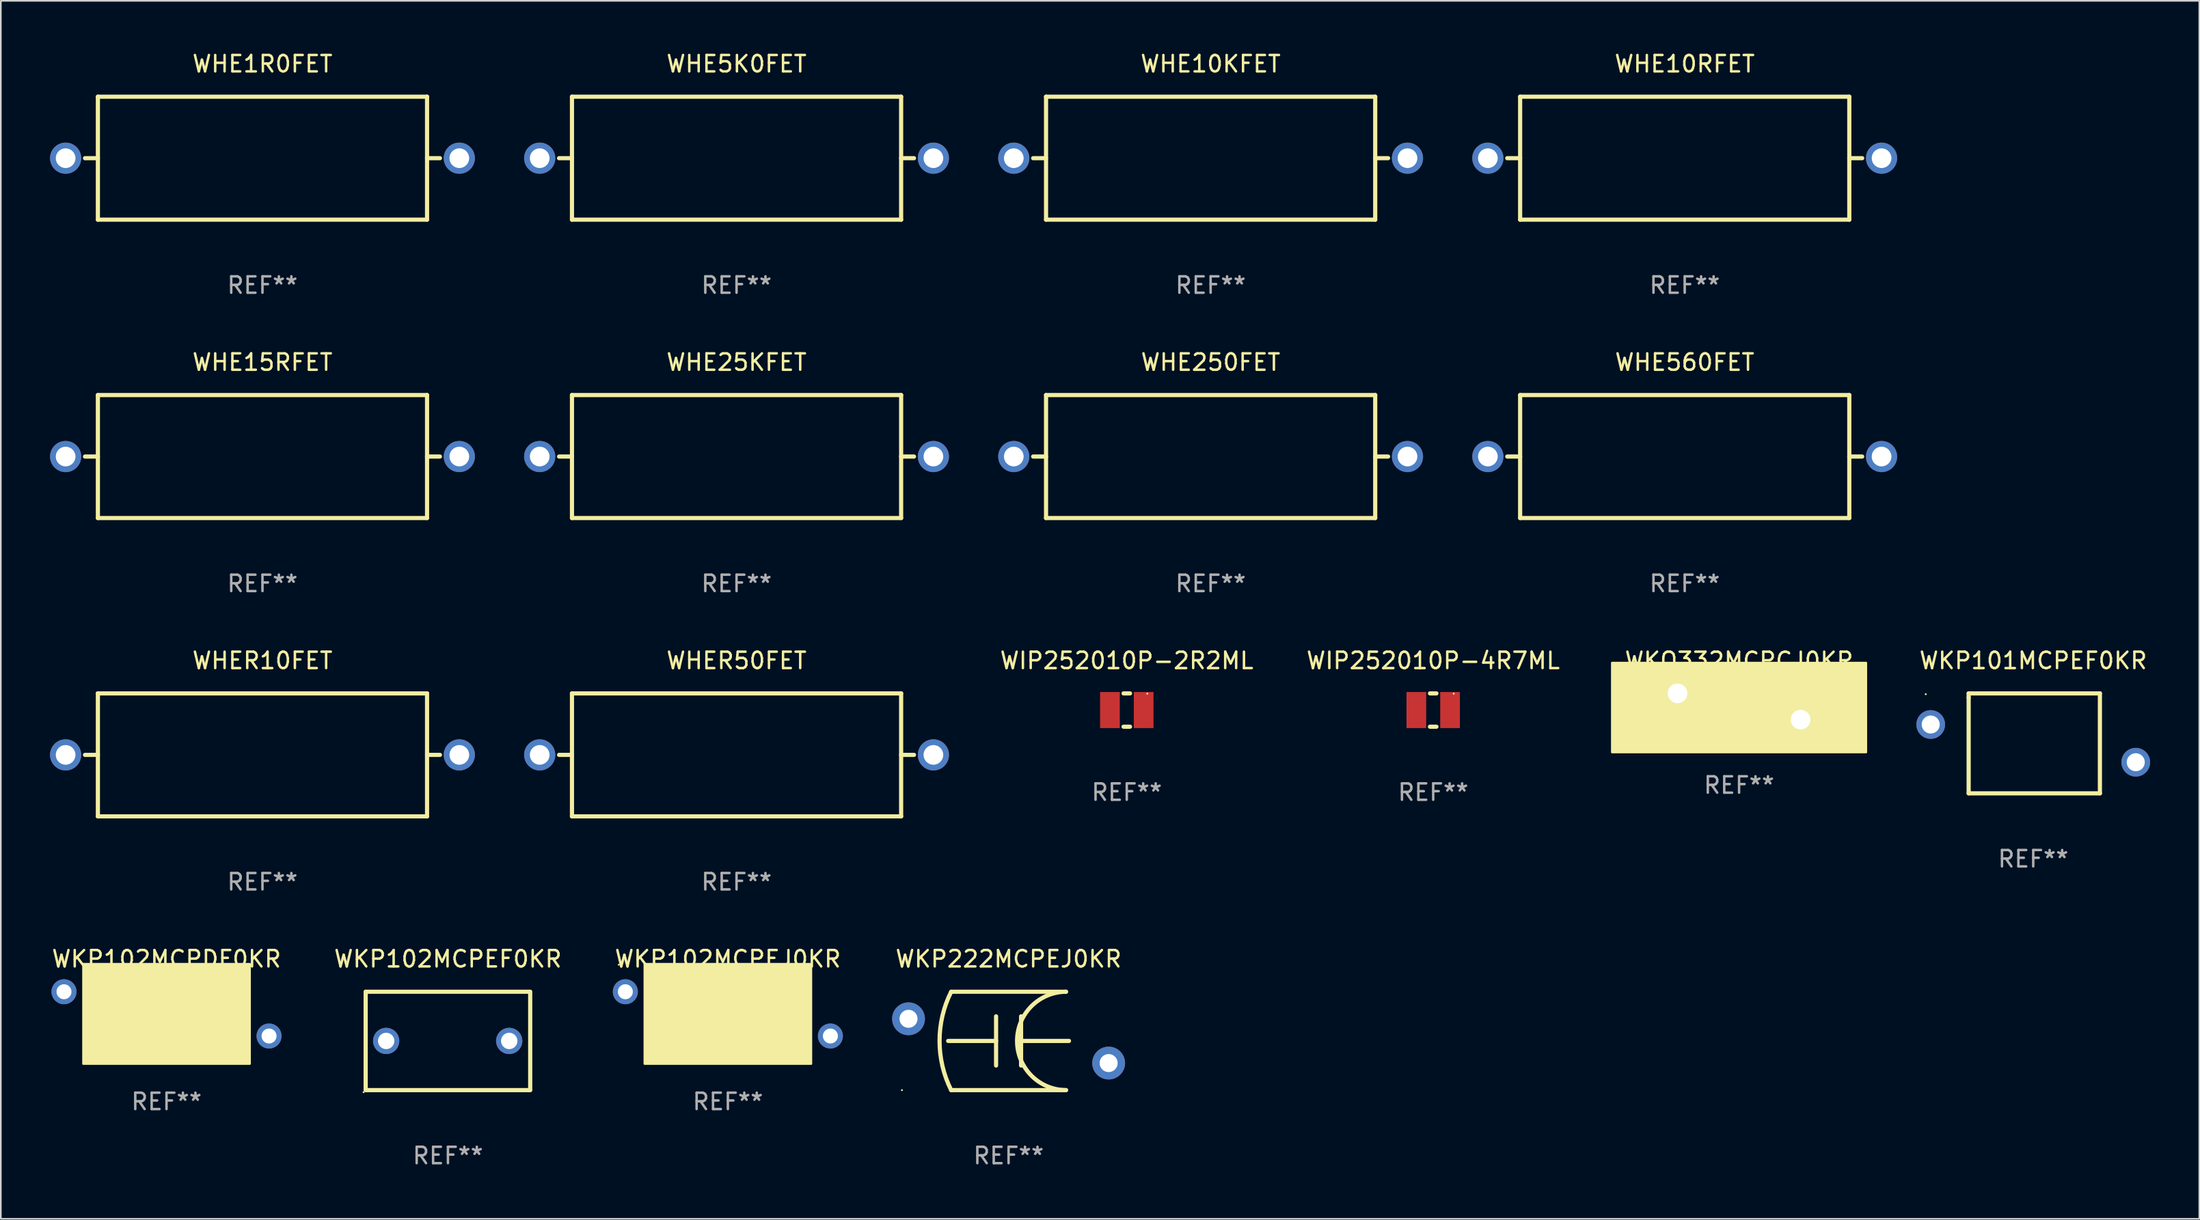
<source format=kicad_pcb>
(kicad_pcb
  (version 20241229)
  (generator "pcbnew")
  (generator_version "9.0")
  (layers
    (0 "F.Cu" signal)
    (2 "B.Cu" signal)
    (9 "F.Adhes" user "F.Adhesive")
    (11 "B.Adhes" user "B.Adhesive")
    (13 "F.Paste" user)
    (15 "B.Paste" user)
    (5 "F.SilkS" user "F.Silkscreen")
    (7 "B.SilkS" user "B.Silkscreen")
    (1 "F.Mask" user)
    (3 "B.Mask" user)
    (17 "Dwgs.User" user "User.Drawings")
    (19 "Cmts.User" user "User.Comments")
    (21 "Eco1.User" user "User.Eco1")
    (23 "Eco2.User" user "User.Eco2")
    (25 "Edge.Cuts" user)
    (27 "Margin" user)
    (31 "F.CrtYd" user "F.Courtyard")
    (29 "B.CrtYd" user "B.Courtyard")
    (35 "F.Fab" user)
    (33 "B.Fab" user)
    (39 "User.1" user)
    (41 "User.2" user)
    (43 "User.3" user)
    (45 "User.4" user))
  (footprint "WHE250FET"
    (layer "F.Cu")
    (at 70.75 24.795)
    (property "Reference" "WHE250FET" (at 0 -5.75 0) (layer "F.SilkS") (effects (font (size 1 1) (thickness 0.15))))
    (attr through_hole)
    (fp_line (start -10.819 0) (end -10.033 0) (stroke (width 0.254) (type solid)) (layer "F.SilkS"))
    (fp_line (start -10.033 -3.75) (end -10.033 3.75) (stroke (width 0.254) (type solid)) (layer "F.SilkS"))
    (fp_line (start -10.033 -3.75) (end 10.033 -3.75) (stroke (width 0.254) (type solid)) (layer "F.SilkS"))
    (fp_line (start -10.033 3.75) (end 10.033 3.75) (stroke (width 0.254) (type solid)) (layer "F.SilkS"))
    (fp_line (start 10.033 -3.75) (end 10.033 3.75) (stroke (width 0.254) (type solid)) (layer "F.SilkS"))
    (fp_line (start 10.819 0) (end 10.033 0) (stroke (width 0.254) (type solid)) (layer "F.SilkS"))
    (fp_text user "REF**" (at 0 7.75 0) (layer "F.Fab") (effects (font (size 1 1) (thickness 0.15))))
    (pad "1" thru_hole circle (at -12 0) (size 1.9 1.9) (drill 1.2) (layers "*.Cu" "*.Mask"))
    (pad "2" thru_hole circle (at 12 0) (size 1.9 1.9) (drill 1.2) (layers "*.Cu" "*.Mask")))
  (footprint "WKP102MCPEJ0KR"
    (layer "F.Cu")
    (at 41.321 58.788)
    (property "Reference" "WKP102MCPEJ0KR" (at 0 -3.35 0) (layer "F.SilkS") (effects (font (size 1 1) (thickness 0.15))))
    (attr through_hole)
    (fp_circle (center -6.65 -3) (end -6.62 -3) (stroke (width 0.06) (type solid)) (fill no) (layer "F.SilkS"))
    (fp_poly (pts (xy -5.08 -3.048) (xy 5.08 -3.048) (xy 5.08 3.048) (xy -5.08 3.048)) (stroke (width 0.12) (type solid)) (fill yes) (layer "F.SilkS"))
    (fp_text user "REF**" (at 0 5.35 0) (layer "F.Fab") (effects (font (size 1 1) (thickness 0.15))))
    (pad "1" thru_hole circle (at -6.25 -1.35) (size 1.524 1.524) (drill 0.914) (layers "*.Cu" "*.Mask"))
    (pad "2" thru_hole circle (at 6.25 1.35) (size 1.524 1.524) (drill 0.914) (layers "*.Cu" "*.Mask")))
  (footprint "WHE10KFET"
    (layer "F.Cu")
    (at 70.75 6.598)
    (property "Reference" "WHE10KFET" (at 0 -5.75 0) (layer "F.SilkS") (effects (font (size 1 1) (thickness 0.15))))
    (attr through_hole)
    (fp_line (start -10.819 0) (end -10.033 0) (stroke (width 0.254) (type solid)) (layer "F.SilkS"))
    (fp_line (start -10.033 -3.75) (end -10.033 3.75) (stroke (width 0.254) (type solid)) (layer "F.SilkS"))
    (fp_line (start -10.033 -3.75) (end 10.033 -3.75) (stroke (width 0.254) (type solid)) (layer "F.SilkS"))
    (fp_line (start -10.033 3.75) (end 10.033 3.75) (stroke (width 0.254) (type solid)) (layer "F.SilkS"))
    (fp_line (start 10.033 -3.75) (end 10.033 3.75) (stroke (width 0.254) (type solid)) (layer "F.SilkS"))
    (fp_line (start 10.819 0) (end 10.033 0) (stroke (width 0.254) (type solid)) (layer "F.SilkS"))
    (fp_text user "REF**" (at 0 7.75 0) (layer "F.Fab") (effects (font (size 1 1) (thickness 0.15))))
    (pad "1" thru_hole circle (at -12 0) (size 1.9 1.9) (drill 1.2) (layers "*.Cu" "*.Mask"))
    (pad "2" thru_hole circle (at 12 0) (size 1.9 1.9) (drill 1.2) (layers "*.Cu" "*.Mask")))
  (footprint "WKP222MCPEJ0KR"
    (layer "F.Cu")
    (at 58.433 60.438)
    (property "Reference" "WKP222MCPEJ0KR" (at 0 -5 0) (layer "F.SilkS") (effects (font (size 1 1) (thickness 0.15))))
    (attr through_hole)
    (fp_line (start -3.5 -3) (end 3.5 -3) (stroke (width 0.254) (type solid)) (layer "F.SilkS"))
    (fp_line (start -0.762 0) (end -3.683 0) (stroke (width 0.254) (type solid)) (layer "F.SilkS"))
    (fp_line (start -0.762 -1.5) (end -0.762 1.5) (stroke (width 0.254) (type solid)) (layer "F.SilkS"))
    (fp_line (start 0.762 1.5) (end 0.762 -1.5) (stroke (width 0.254) (type solid)) (layer "F.SilkS"))
    (fp_line (start 0.762 0) (end 3.683 0) (stroke (width 0.254) (type solid)) (layer "F.SilkS"))
    (fp_line (start 3.5 3) (end -3.5 3) (stroke (width 0.254) (type solid)) (layer "F.SilkS"))
    (fp_arc (start -3.500127 2.999746) (mid -4.208258 -0.000142) (end -3.5 -3) (stroke (width 0.254001) (type solid)) (layer "F.SilkS"))
    (fp_arc (start 3.5 3) (mid 0.500254 0.000063) (end 3.500127 -2.999746) (stroke (width 0.254001) (type solid)) (layer "F.SilkS"))
    (fp_circle (center -6.5 3) (end -6.47 3) (stroke (width 0.06) (type solid)) (fill no) (layer "F.SilkS"))
    (fp_text user "REF**" (at 0 7 0) (layer "F.Fab") (effects (font (size 1 1) (thickness 0.15))))
    (pad "1" thru_hole circle (at -6.1 -1.35) (size 2 2) (drill 1.1) (layers "*.Cu" "*.Mask"))
    (pad "2" thru_hole circle (at 6.1 1.35) (size 2 2) (drill 1.1) (layers "*.Cu" "*.Mask")))
  (footprint "WHE10RFET"
    (layer "F.Cu")
    (at 99.65 6.598)
    (property "Reference" "WHE10RFET" (at 0 -5.75 0) (layer "F.SilkS") (effects (font (size 1 1) (thickness 0.15))))
    (attr through_hole)
    (fp_line (start -10.819 0) (end -10.033 0) (stroke (width 0.254) (type solid)) (layer "F.SilkS"))
    (fp_line (start -10.033 -3.75) (end -10.033 3.75) (stroke (width 0.254) (type solid)) (layer "F.SilkS"))
    (fp_line (start -10.033 -3.75) (end 10.033 -3.75) (stroke (width 0.254) (type solid)) (layer "F.SilkS"))
    (fp_line (start -10.033 3.75) (end 10.033 3.75) (stroke (width 0.254) (type solid)) (layer "F.SilkS"))
    (fp_line (start 10.033 -3.75) (end 10.033 3.75) (stroke (width 0.254) (type solid)) (layer "F.SilkS"))
    (fp_line (start 10.819 0) (end 10.033 0) (stroke (width 0.254) (type solid)) (layer "F.SilkS"))
    (fp_text user "REF**" (at 0 7.75 0) (layer "F.Fab") (effects (font (size 1 1) (thickness 0.15))))
    (pad "1" thru_hole circle (at -12 0) (size 1.9 1.9) (drill 1.2) (layers "*.Cu" "*.Mask"))
    (pad "2" thru_hole circle (at 12 0) (size 1.9 1.9) (drill 1.2) (layers "*.Cu" "*.Mask")))
  (footprint "WIP252010P-2R2ML"
    (layer "F.Cu")
    (at 65.639 40.257)
    (property "Reference" "WIP252010P-2R2ML" (at 0 -3.016 0) (layer "F.SilkS") (effects (font (size 1 1) (thickness 0.15))))
    (attr through_hole)
    (fp_line (start -0.197 1.016) (end 0.197 1.016) (stroke (width 0.254) (type solid)) (layer "F.SilkS"))
    (fp_line (start 0.197 -1.016) (end -0.197 -1.016) (stroke (width 0.254) (type solid)) (layer "F.SilkS"))
    (fp_circle (center 1.25 -1) (end 1.28 -1) (stroke (width 0.06) (type solid)) (fill no) (layer "F.SilkS"))
    (fp_text user "REF**" (at 0 5.016 0) (layer "F.Fab") (effects (font (size 1 1) (thickness 0.15))))
    (pad "1" smd rect (at 1.028 0) (size 1.2 2.2) (layers "F.Cu" "F.Mask" "F.Paste"))
    (pad "2" smd rect (at -1.028 0) (size 1.2 2.2) (layers "F.Cu" "F.Mask" "F.Paste")))
  (footprint "WKP101MCPEF0KR"
    (layer "F.Cu")
    (at 120.896 42.289)
    (property "Reference" "WKP101MCPEF0KR" (at 0 -5.048 0) (layer "F.SilkS") (effects (font (size 1 1) (thickness 0.15))))
    (attr through_hole)
    (fp_line (start -3.937 -3.048) (end 4.064 -3.048) (stroke (width 0.254) (type solid)) (layer "F.SilkS"))
    (fp_line (start -3.937 -2.794) (end -3.937 -3.048) (stroke (width 0.254) (type solid)) (layer "F.SilkS"))
    (fp_line (start -3.937 3.048) (end -3.937 -2.794) (stroke (width 0.254) (type solid)) (layer "F.SilkS"))
    (fp_line (start 4.064 -3.048) (end 4.064 3.048) (stroke (width 0.254) (type solid)) (layer "F.SilkS"))
    (fp_line (start 4.064 3.048) (end -3.937 3.048) (stroke (width 0.254) (type solid)) (layer "F.SilkS"))
    (fp_circle (center -6.552 -3) (end -6.522 -3) (stroke (width 0.06) (type solid)) (fill no) (layer "F.SilkS"))
    (fp_text user "REF**" (at 0 7.048 0) (layer "F.Fab") (effects (font (size 1 1) (thickness 0.15))))
    (pad "1" thru_hole circle (at -6.25 -1.15) (size 1.75 1.75) (drill 1.1) (layers "*.Cu" "*.Mask"))
    (pad "2" thru_hole circle (at 6.25 1.15) (size 1.75 1.75) (drill 1.1) (layers "*.Cu" "*.Mask")))
  (footprint "WHE1R0FET"
    (layer "F.Cu")
    (at 12.95 6.598)
    (property "Reference" "WHE1R0FET" (at 0 -5.75 0) (layer "F.SilkS") (effects (font (size 1 1) (thickness 0.15))))
    (attr through_hole)
    (fp_line (start -10.819 0) (end -10.033 0) (stroke (width 0.254) (type solid)) (layer "F.SilkS"))
    (fp_line (start -10.033 -3.75) (end -10.033 3.75) (stroke (width 0.254) (type solid)) (layer "F.SilkS"))
    (fp_line (start -10.033 -3.75) (end 10.033 -3.75) (stroke (width 0.254) (type solid)) (layer "F.SilkS"))
    (fp_line (start -10.033 3.75) (end 10.033 3.75) (stroke (width 0.254) (type solid)) (layer "F.SilkS"))
    (fp_line (start 10.033 -3.75) (end 10.033 3.75) (stroke (width 0.254) (type solid)) (layer "F.SilkS"))
    (fp_line (start 10.819 0) (end 10.033 0) (stroke (width 0.254) (type solid)) (layer "F.SilkS"))
    (fp_text user "REF**" (at 0 7.75 0) (layer "F.Fab") (effects (font (size 1 1) (thickness 0.15))))
    (pad "1" thru_hole circle (at -12 0) (size 1.9 1.9) (drill 1.2) (layers "*.Cu" "*.Mask"))
    (pad "2" thru_hole circle (at 12 0) (size 1.9 1.9) (drill 1.2) (layers "*.Cu" "*.Mask")))
  (footprint "WHE25KFET"
    (layer "F.Cu")
    (at 41.85 24.795)
    (property "Reference" "WHE25KFET" (at 0 -5.75 0) (layer "F.SilkS") (effects (font (size 1 1) (thickness 0.15))))
    (attr through_hole)
    (fp_line (start -10.819 0) (end -10.033 0) (stroke (width 0.254) (type solid)) (layer "F.SilkS"))
    (fp_line (start -10.033 -3.75) (end -10.033 3.75) (stroke (width 0.254) (type solid)) (layer "F.SilkS"))
    (fp_line (start -10.033 -3.75) (end 10.033 -3.75) (stroke (width 0.254) (type solid)) (layer "F.SilkS"))
    (fp_line (start -10.033 3.75) (end 10.033 3.75) (stroke (width 0.254) (type solid)) (layer "F.SilkS"))
    (fp_line (start 10.033 -3.75) (end 10.033 3.75) (stroke (width 0.254) (type solid)) (layer "F.SilkS"))
    (fp_line (start 10.819 0) (end 10.033 0) (stroke (width 0.254) (type solid)) (layer "F.SilkS"))
    (fp_text user "REF**" (at 0 7.75 0) (layer "F.Fab") (effects (font (size 1 1) (thickness 0.15))))
    (pad "1" thru_hole circle (at -12 0) (size 1.9 1.9) (drill 1.2) (layers "*.Cu" "*.Mask"))
    (pad "2" thru_hole circle (at 12 0) (size 1.9 1.9) (drill 1.2) (layers "*.Cu" "*.Mask")))
  (footprint "WIP252010P-4R7ML"
    (layer "F.Cu")
    (at 84.318 40.257)
    (property "Reference" "WIP252010P-4R7ML" (at 0 -3.016 0) (layer "F.SilkS") (effects (font (size 1 1) (thickness 0.15))))
    (attr through_hole)
    (fp_line (start -0.197 1.016) (end 0.197 1.016) (stroke (width 0.254) (type solid)) (layer "F.SilkS"))
    (fp_line (start 0.197 -1.016) (end -0.197 -1.016) (stroke (width 0.254) (type solid)) (layer "F.SilkS"))
    (fp_circle (center 1.25 -1) (end 1.28 -1) (stroke (width 0.06) (type solid)) (fill no) (layer "F.SilkS"))
    (fp_text user "REF**" (at 0 5.016 0) (layer "F.Fab") (effects (font (size 1 1) (thickness 0.15))))
    (pad "1" smd rect (at 1.028 0) (size 1.2 2.2) (layers "F.Cu" "F.Mask" "F.Paste"))
    (pad "2" smd rect (at -1.028 0) (size 1.2 2.2) (layers "F.Cu" "F.Mask" "F.Paste")))
  (footprint "WHE15RFET"
    (layer "F.Cu")
    (at 12.95 24.795)
    (property "Reference" "WHE15RFET" (at 0 -5.75 0) (layer "F.SilkS") (effects (font (size 1 1) (thickness 0.15))))
    (attr through_hole)
    (fp_line (start -10.819 0) (end -10.033 0) (stroke (width 0.254) (type solid)) (layer "F.SilkS"))
    (fp_line (start -10.033 -3.75) (end -10.033 3.75) (stroke (width 0.254) (type solid)) (layer "F.SilkS"))
    (fp_line (start -10.033 -3.75) (end 10.033 -3.75) (stroke (width 0.254) (type solid)) (layer "F.SilkS"))
    (fp_line (start -10.033 3.75) (end 10.033 3.75) (stroke (width 0.254) (type solid)) (layer "F.SilkS"))
    (fp_line (start 10.033 -3.75) (end 10.033 3.75) (stroke (width 0.254) (type solid)) (layer "F.SilkS"))
    (fp_line (start 10.819 0) (end 10.033 0) (stroke (width 0.254) (type solid)) (layer "F.SilkS"))
    (fp_text user "REF**" (at 0 7.75 0) (layer "F.Fab") (effects (font (size 1 1) (thickness 0.15))))
    (pad "1" thru_hole circle (at -12 0) (size 1.9 1.9) (drill 1.2) (layers "*.Cu" "*.Mask"))
    (pad "2" thru_hole circle (at 12 0) (size 1.9 1.9) (drill 1.2) (layers "*.Cu" "*.Mask")))
  (footprint "WKP102MCPEF0KR"
    (layer "F.Cu")
    (at 24.256 60.438)
    (property "Reference" "WKP102MCPEF0KR" (at 0 -5 0) (layer "F.SilkS") (effects (font (size 1 1) (thickness 0.15))))
    (attr through_hole)
    (fp_line (start -5.015 3) (end -5.015 -3) (stroke (width 0.254) (type solid)) (layer "F.SilkS"))
    (fp_line (start -5.005 -3) (end 4.995 -3) (stroke (width 0.254) (type solid)) (layer "F.SilkS"))
    (fp_line (start 5.005 3) (end -4.995 3) (stroke (width 0.254) (type solid)) (layer "F.SilkS"))
    (fp_line (start 5.015 -3) (end 5.015 3) (stroke (width 0.254) (type solid)) (layer "F.SilkS"))
    (fp_circle (center -5.142 3.127) (end -5.112 3.127) (stroke (width 0.06) (type solid)) (fill no) (layer "F.SilkS"))
    (fp_text user "REF**" (at 0 7 0) (layer "F.Fab") (effects (font (size 1 1) (thickness 0.15))))
    (pad "1" thru_hole circle (at -3.765 0) (size 1.6 1.6) (drill 1) (layers "*.Cu" "*.Mask"))
    (pad "2" thru_hole circle (at 3.735 0) (size 1.6 1.6) (drill 1) (layers "*.Cu" "*.Mask")))
  (footprint "WKO332MCPCJ0KR"
    (layer "F.Cu")
    (at 102.964 40.041)
    (property "Reference" "WKO332MCPCJ0KR" (at 0 -2.8 0) (layer "F.SilkS") (effects (font (size 1 1) (thickness 0.15))))
    (attr through_hole)
    (fp_circle (center -7.5 -2.5) (end -7.47 -2.5) (stroke (width 0.06) (type solid)) (fill no) (layer "F.SilkS"))
    (fp_poly (pts (xy -7.747 -2.667) (xy 7.747 -2.667) (xy 7.747 2.794) (xy -7.747 2.794)) (stroke (width 0.12) (type solid)) (fill yes) (layer "F.SilkS"))
    (fp_text user "REF**" (at 0 4.8 0) (layer "F.Fab") (effects (font (size 1 1) (thickness 0.15))))
    (pad "1" thru_hole circle (at -3.75 -0.8) (size 2 2) (drill 1.2) (layers "*.Cu" "*.Mask"))
    (pad "2" thru_hole circle (at 3.75 0.8) (size 2 2) (drill 1.2) (layers "*.Cu" "*.Mask")))
  (footprint "WHER50FET"
    (layer "F.Cu")
    (at 41.85 42.991)
    (property "Reference" "WHER50FET" (at 0 -5.75 0) (layer "F.SilkS") (effects (font (size 1 1) (thickness 0.15))))
    (attr through_hole)
    (fp_line (start -10.819 0) (end -10.033 0) (stroke (width 0.254) (type solid)) (layer "F.SilkS"))
    (fp_line (start -10.033 -3.75) (end -10.033 3.75) (stroke (width 0.254) (type solid)) (layer "F.SilkS"))
    (fp_line (start -10.033 -3.75) (end 10.033 -3.75) (stroke (width 0.254) (type solid)) (layer "F.SilkS"))
    (fp_line (start -10.033 3.75) (end 10.033 3.75) (stroke (width 0.254) (type solid)) (layer "F.SilkS"))
    (fp_line (start 10.033 -3.75) (end 10.033 3.75) (stroke (width 0.254) (type solid)) (layer "F.SilkS"))
    (fp_line (start 10.819 0) (end 10.033 0) (stroke (width 0.254) (type solid)) (layer "F.SilkS"))
    (fp_text user "REF**" (at 0 7.75 0) (layer "F.Fab") (effects (font (size 1 1) (thickness 0.15))))
    (pad "1" thru_hole circle (at -12 0) (size 1.9 1.9) (drill 1.2) (layers "*.Cu" "*.Mask"))
    (pad "2" thru_hole circle (at 12 0) (size 1.9 1.9) (drill 1.2) (layers "*.Cu" "*.Mask")))
  (footprint "WHER10FET"
    (layer "F.Cu")
    (at 12.95 42.991)
    (property "Reference" "WHER10FET" (at 0 -5.75 0) (layer "F.SilkS") (effects (font (size 1 1) (thickness 0.15))))
    (attr through_hole)
    (fp_line (start -10.819 0) (end -10.033 0) (stroke (width 0.254) (type solid)) (layer "F.SilkS"))
    (fp_line (start -10.033 -3.75) (end -10.033 3.75) (stroke (width 0.254) (type solid)) (layer "F.SilkS"))
    (fp_line (start -10.033 -3.75) (end 10.033 -3.75) (stroke (width 0.254) (type solid)) (layer "F.SilkS"))
    (fp_line (start -10.033 3.75) (end 10.033 3.75) (stroke (width 0.254) (type solid)) (layer "F.SilkS"))
    (fp_line (start 10.033 -3.75) (end 10.033 3.75) (stroke (width 0.254) (type solid)) (layer "F.SilkS"))
    (fp_line (start 10.819 0) (end 10.033 0) (stroke (width 0.254) (type solid)) (layer "F.SilkS"))
    (fp_text user "REF**" (at 0 7.75 0) (layer "F.Fab") (effects (font (size 1 1) (thickness 0.15))))
    (pad "1" thru_hole circle (at -12 0) (size 1.9 1.9) (drill 1.2) (layers "*.Cu" "*.Mask"))
    (pad "2" thru_hole circle (at 12 0) (size 1.9 1.9) (drill 1.2) (layers "*.Cu" "*.Mask")))
  (footprint "WHE560FET"
    (layer "F.Cu")
    (at 99.65 24.795)
    (property "Reference" "WHE560FET" (at 0 -5.75 0) (layer "F.SilkS") (effects (font (size 1 1) (thickness 0.15))))
    (attr through_hole)
    (fp_line (start -10.819 0) (end -10.033 0) (stroke (width 0.254) (type solid)) (layer "F.SilkS"))
    (fp_line (start -10.033 -3.75) (end -10.033 3.75) (stroke (width 0.254) (type solid)) (layer "F.SilkS"))
    (fp_line (start -10.033 -3.75) (end 10.033 -3.75) (stroke (width 0.254) (type solid)) (layer "F.SilkS"))
    (fp_line (start -10.033 3.75) (end 10.033 3.75) (stroke (width 0.254) (type solid)) (layer "F.SilkS"))
    (fp_line (start 10.033 -3.75) (end 10.033 3.75) (stroke (width 0.254) (type solid)) (layer "F.SilkS"))
    (fp_line (start 10.819 0) (end 10.033 0) (stroke (width 0.254) (type solid)) (layer "F.SilkS"))
    (fp_text user "REF**" (at 0 7.75 0) (layer "F.Fab") (effects (font (size 1 1) (thickness 0.15))))
    (pad "1" thru_hole circle (at -12 0) (size 1.9 1.9) (drill 1.2) (layers "*.Cu" "*.Mask"))
    (pad "2" thru_hole circle (at 12 0) (size 1.9 1.9) (drill 1.2) (layers "*.Cu" "*.Mask")))
  (footprint "WKP102MCPDF0KR"
    (layer "F.Cu")
    (at 7.101 58.788)
    (property "Reference" "WKP102MCPDF0KR" (at 0 -3.35 0) (layer "F.SilkS") (effects (font (size 1 1) (thickness 0.15))))
    (attr through_hole)
    (fp_circle (center -6.65 -3) (end -6.62 -3) (stroke (width 0.06) (type solid)) (fill no) (layer "F.SilkS"))
    (fp_poly (pts (xy -5.08 -3.048) (xy 5.08 -3.048) (xy 5.08 3.048) (xy -5.08 3.048)) (stroke (width 0.12) (type solid)) (fill yes) (layer "F.SilkS"))
    (fp_text user "REF**" (at 0 5.35 0) (layer "F.Fab") (effects (font (size 1 1) (thickness 0.15))))
    (pad "1" thru_hole circle (at -6.25 -1.35) (size 1.524 1.524) (drill 0.914) (layers "*.Cu" "*.Mask"))
    (pad "2" thru_hole circle (at 6.25 1.35) (size 1.524 1.524) (drill 0.914) (layers "*.Cu" "*.Mask")))
  (footprint "WHE5K0FET"
    (layer "F.Cu")
    (at 41.85 6.598)
    (property "Reference" "WHE5K0FET" (at 0 -5.75 0) (layer "F.SilkS") (effects (font (size 1 1) (thickness 0.15))))
    (attr through_hole)
    (fp_line (start -10.819 0) (end -10.033 0) (stroke (width 0.254) (type solid)) (layer "F.SilkS"))
    (fp_line (start -10.033 -3.75) (end -10.033 3.75) (stroke (width 0.254) (type solid)) (layer "F.SilkS"))
    (fp_line (start -10.033 -3.75) (end 10.033 -3.75) (stroke (width 0.254) (type solid)) (layer "F.SilkS"))
    (fp_line (start -10.033 3.75) (end 10.033 3.75) (stroke (width 0.254) (type solid)) (layer "F.SilkS"))
    (fp_line (start 10.033 -3.75) (end 10.033 3.75) (stroke (width 0.254) (type solid)) (layer "F.SilkS"))
    (fp_line (start 10.819 0) (end 10.033 0) (stroke (width 0.254) (type solid)) (layer "F.SilkS"))
    (fp_text user "REF**" (at 0 7.75 0) (layer "F.Fab") (effects (font (size 1 1) (thickness 0.15))))
    (pad "1" thru_hole circle (at -12 0) (size 1.9 1.9) (drill 1.2) (layers "*.Cu" "*.Mask"))
    (pad "2" thru_hole circle (at 12 0) (size 1.9 1.9) (drill 1.2) (layers "*.Cu" "*.Mask")))
  (gr_rect
    (start -3 -3)
    (end 131.021 71.286)
    (stroke (width 0.1) (type default))
    (fill no)
    (layer "Edge.Cuts")))
</source>
